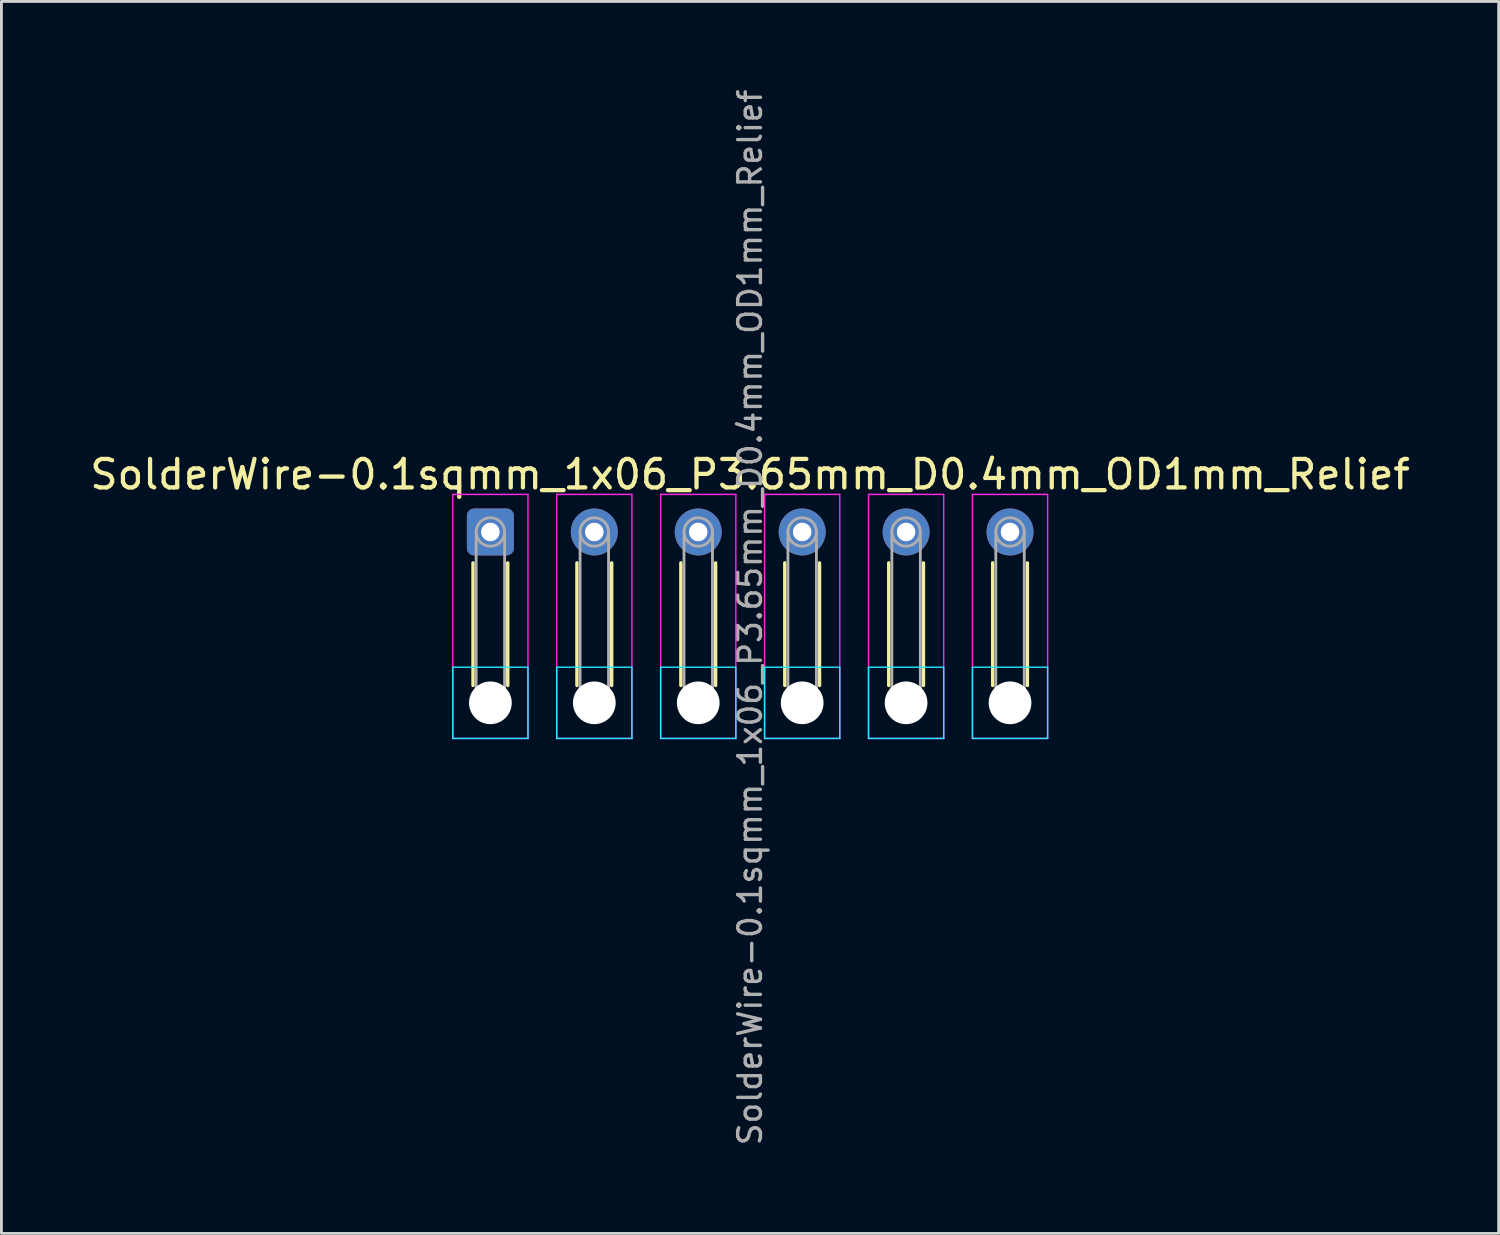
<source format=kicad_pcb>
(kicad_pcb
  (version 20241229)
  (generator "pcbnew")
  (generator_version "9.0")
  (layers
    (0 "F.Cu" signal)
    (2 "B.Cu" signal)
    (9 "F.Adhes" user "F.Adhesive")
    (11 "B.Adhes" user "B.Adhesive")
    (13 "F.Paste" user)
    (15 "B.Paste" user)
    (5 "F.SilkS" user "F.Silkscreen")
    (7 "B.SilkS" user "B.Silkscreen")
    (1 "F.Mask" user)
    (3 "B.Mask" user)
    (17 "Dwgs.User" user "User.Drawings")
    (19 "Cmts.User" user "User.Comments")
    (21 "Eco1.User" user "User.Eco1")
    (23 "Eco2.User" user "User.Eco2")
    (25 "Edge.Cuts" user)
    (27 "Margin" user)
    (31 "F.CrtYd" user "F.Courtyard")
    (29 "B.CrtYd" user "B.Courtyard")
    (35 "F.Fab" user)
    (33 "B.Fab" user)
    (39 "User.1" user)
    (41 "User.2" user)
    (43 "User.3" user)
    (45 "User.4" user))
  (footprint "SolderWire-0.1sqmm_1x06_P3.65mm_D0.4mm_OD1mm_Relief"
    (layer "F.Cu")
    (at 14.172 15.633)
    (property "Reference" "SolderWire-0.1sqmm_1x06_P3.65mm_D0.4mm_OD1mm_Relief" (at 9.12 -2.02 0) (layer "F.SilkS") (effects (font (size 1 1) (thickness 0.15))))
    (attr exclude_from_pos_files exclude_from_bom)
    (fp_line (start -0.61 1.085) (end -0.61 5.39) (stroke (width 0.12) (type solid)) (layer "F.SilkS"))
    (fp_line (start 0.61 1.085) (end 0.61 5.39) (stroke (width 0.12) (type solid)) (layer "F.SilkS"))
    (fp_line (start 3.04 1.085) (end 3.04 5.39) (stroke (width 0.12) (type solid)) (layer "F.SilkS"))
    (fp_line (start 4.26 1.085) (end 4.26 5.39) (stroke (width 0.12) (type solid)) (layer "F.SilkS"))
    (fp_line (start 6.69 1.085) (end 6.69 5.39) (stroke (width 0.12) (type solid)) (layer "F.SilkS"))
    (fp_line (start 7.91 1.085) (end 7.91 5.39) (stroke (width 0.12) (type solid)) (layer "F.SilkS"))
    (fp_line (start 10.34 1.085) (end 10.34 5.39) (stroke (width 0.12) (type solid)) (layer "F.SilkS"))
    (fp_line (start 11.56 1.085) (end 11.56 5.39) (stroke (width 0.12) (type solid)) (layer "F.SilkS"))
    (fp_line (start 13.99 1.085) (end 13.99 5.39) (stroke (width 0.12) (type solid)) (layer "F.SilkS"))
    (fp_line (start 15.21 1.085) (end 15.21 5.39) (stroke (width 0.12) (type solid)) (layer "F.SilkS"))
    (fp_line (start 17.64 1.085) (end 17.64 5.39) (stroke (width 0.12) (type solid)) (layer "F.SilkS"))
    (fp_line (start 18.86 1.085) (end 18.86 5.39) (stroke (width 0.12) (type solid)) (layer "F.SilkS"))
    (fp_line (start -1.32 4.75) (end -1.32 7.25) (stroke (width 0.05) (type solid)) (layer "B.CrtYd"))
    (fp_line (start -1.32 7.25) (end 1.32 7.25) (stroke (width 0.05) (type solid)) (layer "B.CrtYd"))
    (fp_line (start 1.32 4.75) (end -1.32 4.75) (stroke (width 0.05) (type solid)) (layer "B.CrtYd"))
    (fp_line (start 1.32 7.25) (end 1.32 4.75) (stroke (width 0.05) (type solid)) (layer "B.CrtYd"))
    (fp_line (start 2.33 4.75) (end 2.33 7.25) (stroke (width 0.05) (type solid)) (layer "B.CrtYd"))
    (fp_line (start 2.33 7.25) (end 4.97 7.25) (stroke (width 0.05) (type solid)) (layer "B.CrtYd"))
    (fp_line (start 4.97 4.75) (end 2.33 4.75) (stroke (width 0.05) (type solid)) (layer "B.CrtYd"))
    (fp_line (start 4.97 7.25) (end 4.97 4.75) (stroke (width 0.05) (type solid)) (layer "B.CrtYd"))
    (fp_line (start 5.98 4.75) (end 5.98 7.25) (stroke (width 0.05) (type solid)) (layer "B.CrtYd"))
    (fp_line (start 5.98 7.25) (end 8.62 7.25) (stroke (width 0.05) (type solid)) (layer "B.CrtYd"))
    (fp_line (start 8.62 4.75) (end 5.98 4.75) (stroke (width 0.05) (type solid)) (layer "B.CrtYd"))
    (fp_line (start 8.62 7.25) (end 8.62 4.75) (stroke (width 0.05) (type solid)) (layer "B.CrtYd"))
    (fp_line (start 9.63 4.75) (end 9.63 7.25) (stroke (width 0.05) (type solid)) (layer "B.CrtYd"))
    (fp_line (start 9.63 7.25) (end 12.27 7.25) (stroke (width 0.05) (type solid)) (layer "B.CrtYd"))
    (fp_line (start 12.27 4.75) (end 9.63 4.75) (stroke (width 0.05) (type solid)) (layer "B.CrtYd"))
    (fp_line (start 12.27 7.25) (end 12.27 4.75) (stroke (width 0.05) (type solid)) (layer "B.CrtYd"))
    (fp_line (start 13.28 4.75) (end 13.28 7.25) (stroke (width 0.05) (type solid)) (layer "B.CrtYd"))
    (fp_line (start 13.28 7.25) (end 15.92 7.25) (stroke (width 0.05) (type solid)) (layer "B.CrtYd"))
    (fp_line (start 15.92 4.75) (end 13.28 4.75) (stroke (width 0.05) (type solid)) (layer "B.CrtYd"))
    (fp_line (start 15.92 7.25) (end 15.92 4.75) (stroke (width 0.05) (type solid)) (layer "B.CrtYd"))
    (fp_line (start 16.93 4.75) (end 16.93 7.25) (stroke (width 0.05) (type solid)) (layer "B.CrtYd"))
    (fp_line (start 16.93 7.25) (end 19.57 7.25) (stroke (width 0.05) (type solid)) (layer "B.CrtYd"))
    (fp_line (start 19.57 4.75) (end 16.93 4.75) (stroke (width 0.05) (type solid)) (layer "B.CrtYd"))
    (fp_line (start 19.57 7.25) (end 19.57 4.75) (stroke (width 0.05) (type solid)) (layer "B.CrtYd"))
    (fp_line (start -1.32 -1.32) (end -1.32 7.25) (stroke (width 0.05) (type solid)) (layer "F.CrtYd"))
    (fp_line (start -1.32 7.25) (end 1.32 7.25) (stroke (width 0.05) (type solid)) (layer "F.CrtYd"))
    (fp_line (start 1.32 -1.32) (end -1.32 -1.32) (stroke (width 0.05) (type solid)) (layer "F.CrtYd"))
    (fp_line (start 1.32 7.25) (end 1.32 -1.32) (stroke (width 0.05) (type solid)) (layer "F.CrtYd"))
    (fp_line (start 2.33 -1.32) (end 2.33 7.25) (stroke (width 0.05) (type solid)) (layer "F.CrtYd"))
    (fp_line (start 2.33 7.25) (end 4.97 7.25) (stroke (width 0.05) (type solid)) (layer "F.CrtYd"))
    (fp_line (start 4.97 -1.32) (end 2.33 -1.32) (stroke (width 0.05) (type solid)) (layer "F.CrtYd"))
    (fp_line (start 4.97 7.25) (end 4.97 -1.32) (stroke (width 0.05) (type solid)) (layer "F.CrtYd"))
    (fp_line (start 5.98 -1.32) (end 5.98 7.25) (stroke (width 0.05) (type solid)) (layer "F.CrtYd"))
    (fp_line (start 5.98 7.25) (end 8.62 7.25) (stroke (width 0.05) (type solid)) (layer "F.CrtYd"))
    (fp_line (start 8.62 -1.32) (end 5.98 -1.32) (stroke (width 0.05) (type solid)) (layer "F.CrtYd"))
    (fp_line (start 8.62 7.25) (end 8.62 -1.32) (stroke (width 0.05) (type solid)) (layer "F.CrtYd"))
    (fp_line (start 9.63 -1.32) (end 9.63 7.25) (stroke (width 0.05) (type solid)) (layer "F.CrtYd"))
    (fp_line (start 9.63 7.25) (end 12.27 7.25) (stroke (width 0.05) (type solid)) (layer "F.CrtYd"))
    (fp_line (start 12.27 -1.32) (end 9.63 -1.32) (stroke (width 0.05) (type solid)) (layer "F.CrtYd"))
    (fp_line (start 12.27 7.25) (end 12.27 -1.32) (stroke (width 0.05) (type solid)) (layer "F.CrtYd"))
    (fp_line (start 13.28 -1.32) (end 13.28 7.25) (stroke (width 0.05) (type solid)) (layer "F.CrtYd"))
    (fp_line (start 13.28 7.25) (end 15.92 7.25) (stroke (width 0.05) (type solid)) (layer "F.CrtYd"))
    (fp_line (start 15.92 -1.32) (end 13.28 -1.32) (stroke (width 0.05) (type solid)) (layer "F.CrtYd"))
    (fp_line (start 15.92 7.25) (end 15.92 -1.32) (stroke (width 0.05) (type solid)) (layer "F.CrtYd"))
    (fp_line (start 16.93 -1.32) (end 16.93 7.25) (stroke (width 0.05) (type solid)) (layer "F.CrtYd"))
    (fp_line (start 16.93 7.25) (end 19.57 7.25) (stroke (width 0.05) (type solid)) (layer "F.CrtYd"))
    (fp_line (start 19.57 -1.32) (end 16.93 -1.32) (stroke (width 0.05) (type solid)) (layer "F.CrtYd"))
    (fp_line (start 19.57 7.25) (end 19.57 -1.32) (stroke (width 0.05) (type solid)) (layer "F.CrtYd"))
    (fp_line (start -0.5 0) (end -0.5 6) (stroke (width 0.1) (type solid)) (layer "F.Fab"))
    (fp_line (start 0.5 0) (end 0.5 6) (stroke (width 0.1) (type solid)) (layer "F.Fab"))
    (fp_line (start 3.15 0) (end 3.15 6) (stroke (width 0.1) (type solid)) (layer "F.Fab"))
    (fp_line (start 4.15 0) (end 4.15 6) (stroke (width 0.1) (type solid)) (layer "F.Fab"))
    (fp_line (start 6.8 0) (end 6.8 6) (stroke (width 0.1) (type solid)) (layer "F.Fab"))
    (fp_line (start 7.8 0) (end 7.8 6) (stroke (width 0.1) (type solid)) (layer "F.Fab"))
    (fp_line (start 10.45 0) (end 10.45 6) (stroke (width 0.1) (type solid)) (layer "F.Fab"))
    (fp_line (start 11.45 0) (end 11.45 6) (stroke (width 0.1) (type solid)) (layer "F.Fab"))
    (fp_line (start 14.1 0) (end 14.1 6) (stroke (width 0.1) (type solid)) (layer "F.Fab"))
    (fp_line (start 15.1 0) (end 15.1 6) (stroke (width 0.1) (type solid)) (layer "F.Fab"))
    (fp_line (start 17.75 0) (end 17.75 6) (stroke (width 0.1) (type solid)) (layer "F.Fab"))
    (fp_line (start 18.75 0) (end 18.75 6) (stroke (width 0.1) (type solid)) (layer "F.Fab"))
    (fp_circle (center 0 0) (end 0.5 0) (stroke (width 0.1) (type solid)) (fill no) (layer "F.Fab"))
    (fp_circle (center 0 6) (end 0.5 6) (stroke (width 0.1) (type solid)) (fill no) (layer "F.Fab"))
    (fp_circle (center 3.65 0) (end 4.15 0) (stroke (width 0.1) (type solid)) (fill no) (layer "F.Fab"))
    (fp_circle (center 3.65 6) (end 4.15 6) (stroke (width 0.1) (type solid)) (fill no) (layer "F.Fab"))
    (fp_circle (center 7.3 0) (end 7.8 0) (stroke (width 0.1) (type solid)) (fill no) (layer "F.Fab"))
    (fp_circle (center 7.3 6) (end 7.8 6) (stroke (width 0.1) (type solid)) (fill no) (layer "F.Fab"))
    (fp_circle (center 10.95 0) (end 11.45 0) (stroke (width 0.1) (type solid)) (fill no) (layer "F.Fab"))
    (fp_circle (center 10.95 6) (end 11.45 6) (stroke (width 0.1) (type solid)) (fill no) (layer "F.Fab"))
    (fp_circle (center 14.6 0) (end 15.1 0) (stroke (width 0.1) (type solid)) (fill no) (layer "F.Fab"))
    (fp_circle (center 14.6 6) (end 15.1 6) (stroke (width 0.1) (type solid)) (fill no) (layer "F.Fab"))
    (fp_circle (center 18.25 0) (end 18.75 0) (stroke (width 0.1) (type solid)) (fill no) (layer "F.Fab"))
    (fp_circle (center 18.25 6) (end 18.75 6) (stroke (width 0.1) (type solid)) (fill no) (layer "F.Fab"))
    (fp_text user "${REFERENCE}" (at 9.12 3 90) (layer "F.Fab") (effects (font (size 0.8 0.8) (thickness 0.12))))
    (pad "" np_thru_hole circle (at 0 6) (size 1.5 1.5) (drill 1.5) (layers "*.Cu" "*.Mask"))
    (pad "" np_thru_hole circle (at 3.65 6) (size 1.5 1.5) (drill 1.5) (layers "*.Cu" "*.Mask"))
    (pad "" np_thru_hole circle (at 7.3 6) (size 1.5 1.5) (drill 1.5) (layers "*.Cu" "*.Mask"))
    (pad "" np_thru_hole circle (at 10.95 6) (size 1.5 1.5) (drill 1.5) (layers "*.Cu" "*.Mask"))
    (pad "" np_thru_hole circle (at 14.6 6) (size 1.5 1.5) (drill 1.5) (layers "*.Cu" "*.Mask"))
    (pad "" np_thru_hole circle (at 18.25 6) (size 1.5 1.5) (drill 1.5) (layers "*.Cu" "*.Mask"))
    (pad "1" thru_hole roundrect (at 0 0) (size 1.65 1.65) (drill 0.65) (layers "*.Cu" "*.Mask") (roundrect_rratio 0.152))
    (pad "2" thru_hole circle (at 3.65 0) (size 1.65 1.65) (drill 0.65) (layers "*.Cu" "*.Mask"))
    (pad "3" thru_hole circle (at 7.3 0) (size 1.65 1.65) (drill 0.65) (layers "*.Cu" "*.Mask"))
    (pad "4" thru_hole circle (at 10.95 0) (size 1.65 1.65) (drill 0.65) (layers "*.Cu" "*.Mask"))
    (pad "5" thru_hole circle (at 14.6 0) (size 1.65 1.65) (drill 0.65) (layers "*.Cu" "*.Mask"))
    (pad "6" thru_hole circle (at 18.25 0) (size 1.65 1.65) (drill 0.65) (layers "*.Cu" "*.Mask")))
  (gr_rect
    (start -3 -3)
    (end 49.583 40.267)
    (stroke (width 0.1) (type default))
    (fill no)
    (layer "Edge.Cuts")))
</source>
